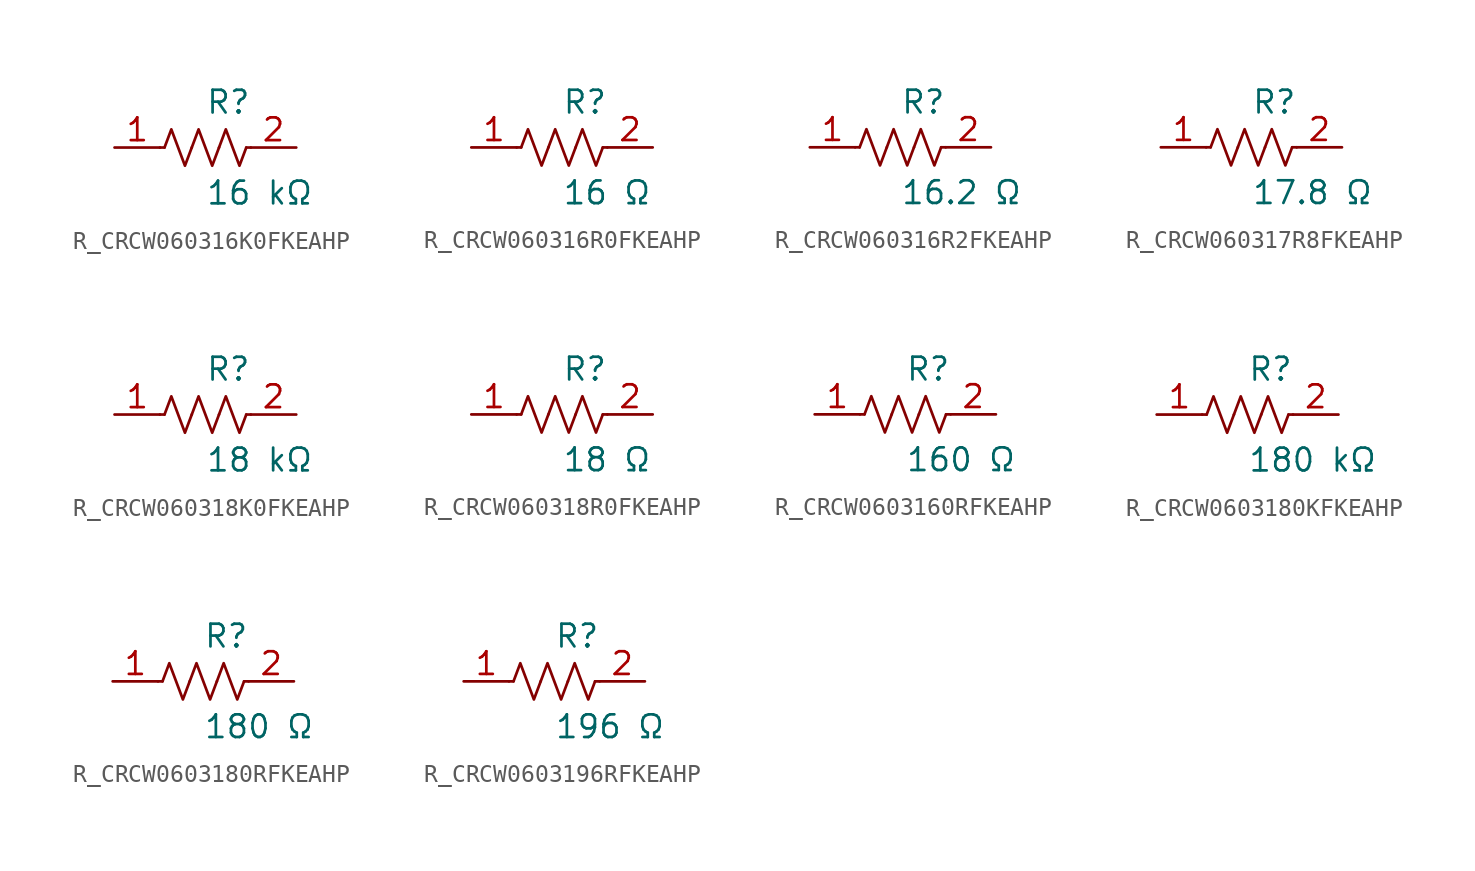
<source format=kicad_sym>
(kicad_symbol_lib
  (version 20231120)
  (generator kicad_symbol_editor)
  (generator_version 8.0)
  (symbol "R_CRCW060316K0FKEAHP"
    (pin_names
      (offset 0.254))
    (property "Reference" "R"
      (at 0.0 2.54 0)
      (effects (font (size 1.27 1.27)) (justify left)))
    (property "Value" "16 kΩ"
      (at 0.0 -2.54 0)
      (effects (font (size 1.27 1.27)) (justify left)))
    (symbol "R_CRCW060316K0FKEAHP_0_1"
      (polyline (pts (xy 2.286 0) (xy 2.54 0)) (stroke (width 0) (type default)) (fill (type none)))
      (polyline (pts (xy -2.286 0) (xy -2.54 0)) (stroke (width 0) (type default)) (fill (type none)))
      (polyline (pts (xy 0.762 0) (xy 1.143 1.016) (xy 1.524 0) (xy 1.905 -1.016) (xy 2.286 0)) (stroke (width 0) (type default)) (fill (type none)))
      (polyline (pts (xy -0.762 0) (xy -0.381 1.016) (xy 0 0) (xy 0.381 -1.016) (xy 0.762 0)) (stroke (width 0) (type default)) (fill (type none)))
      (polyline (pts (xy -2.286 0) (xy -1.905 1.016) (xy -1.524 0) (xy -1.143 -1.016) (xy -0.762 0)) (stroke (width 0) (type default)) (fill (type none))))
    (pin unspecified line
      (at -5.08 0 0)
      (length 2.54)
      (name "" (effects (font (size 1.27 1.27))))
      (number "1" (effects (font (size 1.27 1.27)))))
    (pin unspecified line
      (at 5.08 0 180)
      (length 2.54)
      (name "" (effects (font (size 1.27 1.27))))
      (number "2" (effects (font (size 1.27 1.27))))))
  (symbol "R_CRCW060316R0FKEAHP"
    (pin_names
      (offset 0.254))
    (property "Reference" "R"
      (at 0.0 2.54 0)
      (effects (font (size 1.27 1.27)) (justify left)))
    (property "Value" "16 Ω"
      (at 0.0 -2.54 0)
      (effects (font (size 1.27 1.27)) (justify left)))
    (symbol "R_CRCW060316R0FKEAHP_0_1"
      (polyline (pts (xy 2.286 0) (xy 2.54 0)) (stroke (width 0) (type default)) (fill (type none)))
      (polyline (pts (xy -2.286 0) (xy -2.54 0)) (stroke (width 0) (type default)) (fill (type none)))
      (polyline (pts (xy 0.762 0) (xy 1.143 1.016) (xy 1.524 0) (xy 1.905 -1.016) (xy 2.286 0)) (stroke (width 0) (type default)) (fill (type none)))
      (polyline (pts (xy -0.762 0) (xy -0.381 1.016) (xy 0 0) (xy 0.381 -1.016) (xy 0.762 0)) (stroke (width 0) (type default)) (fill (type none)))
      (polyline (pts (xy -2.286 0) (xy -1.905 1.016) (xy -1.524 0) (xy -1.143 -1.016) (xy -0.762 0)) (stroke (width 0) (type default)) (fill (type none))))
    (pin unspecified line
      (at -5.08 0 0)
      (length 2.54)
      (name "" (effects (font (size 1.27 1.27))))
      (number "1" (effects (font (size 1.27 1.27)))))
    (pin unspecified line
      (at 5.08 0 180)
      (length 2.54)
      (name "" (effects (font (size 1.27 1.27))))
      (number "2" (effects (font (size 1.27 1.27))))))
  (symbol "R_CRCW060316R2FKEAHP"
    (pin_names
      (offset 0.254))
    (property "Reference" "R"
      (at 0.0 2.54 0)
      (effects (font (size 1.27 1.27)) (justify left)))
    (property "Value" "16.2 Ω"
      (at 0.0 -2.54 0)
      (effects (font (size 1.27 1.27)) (justify left)))
    (symbol "R_CRCW060316R2FKEAHP_0_1"
      (polyline (pts (xy 2.286 0) (xy 2.54 0)) (stroke (width 0) (type default)) (fill (type none)))
      (polyline (pts (xy -2.286 0) (xy -2.54 0)) (stroke (width 0) (type default)) (fill (type none)))
      (polyline (pts (xy 0.762 0) (xy 1.143 1.016) (xy 1.524 0) (xy 1.905 -1.016) (xy 2.286 0)) (stroke (width 0) (type default)) (fill (type none)))
      (polyline (pts (xy -0.762 0) (xy -0.381 1.016) (xy 0 0) (xy 0.381 -1.016) (xy 0.762 0)) (stroke (width 0) (type default)) (fill (type none)))
      (polyline (pts (xy -2.286 0) (xy -1.905 1.016) (xy -1.524 0) (xy -1.143 -1.016) (xy -0.762 0)) (stroke (width 0) (type default)) (fill (type none))))
    (pin unspecified line
      (at -5.08 0 0)
      (length 2.54)
      (name "" (effects (font (size 1.27 1.27))))
      (number "1" (effects (font (size 1.27 1.27)))))
    (pin unspecified line
      (at 5.08 0 180)
      (length 2.54)
      (name "" (effects (font (size 1.27 1.27))))
      (number "2" (effects (font (size 1.27 1.27))))))
  (symbol "R_CRCW060317R8FKEAHP"
    (pin_names
      (offset 0.254))
    (property "Reference" "R"
      (at 0.0 2.54 0)
      (effects (font (size 1.27 1.27)) (justify left)))
    (property "Value" "17.8 Ω"
      (at 0.0 -2.54 0)
      (effects (font (size 1.27 1.27)) (justify left)))
    (symbol "R_CRCW060317R8FKEAHP_0_1"
      (polyline (pts (xy 2.286 0) (xy 2.54 0)) (stroke (width 0) (type default)) (fill (type none)))
      (polyline (pts (xy -2.286 0) (xy -2.54 0)) (stroke (width 0) (type default)) (fill (type none)))
      (polyline (pts (xy 0.762 0) (xy 1.143 1.016) (xy 1.524 0) (xy 1.905 -1.016) (xy 2.286 0)) (stroke (width 0) (type default)) (fill (type none)))
      (polyline (pts (xy -0.762 0) (xy -0.381 1.016) (xy 0 0) (xy 0.381 -1.016) (xy 0.762 0)) (stroke (width 0) (type default)) (fill (type none)))
      (polyline (pts (xy -2.286 0) (xy -1.905 1.016) (xy -1.524 0) (xy -1.143 -1.016) (xy -0.762 0)) (stroke (width 0) (type default)) (fill (type none))))
    (pin unspecified line
      (at -5.08 0 0)
      (length 2.54)
      (name "" (effects (font (size 1.27 1.27))))
      (number "1" (effects (font (size 1.27 1.27)))))
    (pin unspecified line
      (at 5.08 0 180)
      (length 2.54)
      (name "" (effects (font (size 1.27 1.27))))
      (number "2" (effects (font (size 1.27 1.27))))))
  (symbol "R_CRCW060318K0FKEAHP"
    (pin_names
      (offset 0.254))
    (property "Reference" "R"
      (at 0.0 2.54 0)
      (effects (font (size 1.27 1.27)) (justify left)))
    (property "Value" "18 kΩ"
      (at 0.0 -2.54 0)
      (effects (font (size 1.27 1.27)) (justify left)))
    (symbol "R_CRCW060318K0FKEAHP_0_1"
      (polyline (pts (xy 2.286 0) (xy 2.54 0)) (stroke (width 0) (type default)) (fill (type none)))
      (polyline (pts (xy -2.286 0) (xy -2.54 0)) (stroke (width 0) (type default)) (fill (type none)))
      (polyline (pts (xy 0.762 0) (xy 1.143 1.016) (xy 1.524 0) (xy 1.905 -1.016) (xy 2.286 0)) (stroke (width 0) (type default)) (fill (type none)))
      (polyline (pts (xy -0.762 0) (xy -0.381 1.016) (xy 0 0) (xy 0.381 -1.016) (xy 0.762 0)) (stroke (width 0) (type default)) (fill (type none)))
      (polyline (pts (xy -2.286 0) (xy -1.905 1.016) (xy -1.524 0) (xy -1.143 -1.016) (xy -0.762 0)) (stroke (width 0) (type default)) (fill (type none))))
    (pin unspecified line
      (at -5.08 0 0)
      (length 2.54)
      (name "" (effects (font (size 1.27 1.27))))
      (number "1" (effects (font (size 1.27 1.27)))))
    (pin unspecified line
      (at 5.08 0 180)
      (length 2.54)
      (name "" (effects (font (size 1.27 1.27))))
      (number "2" (effects (font (size 1.27 1.27))))))
  (symbol "R_CRCW060318R0FKEAHP"
    (pin_names
      (offset 0.254))
    (property "Reference" "R"
      (at 0.0 2.54 0)
      (effects (font (size 1.27 1.27)) (justify left)))
    (property "Value" "18 Ω"
      (at 0.0 -2.54 0)
      (effects (font (size 1.27 1.27)) (justify left)))
    (symbol "R_CRCW060318R0FKEAHP_0_1"
      (polyline (pts (xy 2.286 0) (xy 2.54 0)) (stroke (width 0) (type default)) (fill (type none)))
      (polyline (pts (xy -2.286 0) (xy -2.54 0)) (stroke (width 0) (type default)) (fill (type none)))
      (polyline (pts (xy 0.762 0) (xy 1.143 1.016) (xy 1.524 0) (xy 1.905 -1.016) (xy 2.286 0)) (stroke (width 0) (type default)) (fill (type none)))
      (polyline (pts (xy -0.762 0) (xy -0.381 1.016) (xy 0 0) (xy 0.381 -1.016) (xy 0.762 0)) (stroke (width 0) (type default)) (fill (type none)))
      (polyline (pts (xy -2.286 0) (xy -1.905 1.016) (xy -1.524 0) (xy -1.143 -1.016) (xy -0.762 0)) (stroke (width 0) (type default)) (fill (type none))))
    (pin unspecified line
      (at -5.08 0 0)
      (length 2.54)
      (name "" (effects (font (size 1.27 1.27))))
      (number "1" (effects (font (size 1.27 1.27)))))
    (pin unspecified line
      (at 5.08 0 180)
      (length 2.54)
      (name "" (effects (font (size 1.27 1.27))))
      (number "2" (effects (font (size 1.27 1.27))))))
  (symbol "R_CRCW0603160RFKEAHP"
    (pin_names
      (offset 0.254))
    (property "Reference" "R"
      (at 0.0 2.54 0)
      (effects (font (size 1.27 1.27)) (justify left)))
    (property "Value" "160 Ω"
      (at 0.0 -2.54 0)
      (effects (font (size 1.27 1.27)) (justify left)))
    (symbol "R_CRCW0603160RFKEAHP_0_1"
      (polyline (pts (xy 2.286 0) (xy 2.54 0)) (stroke (width 0) (type default)) (fill (type none)))
      (polyline (pts (xy -2.286 0) (xy -2.54 0)) (stroke (width 0) (type default)) (fill (type none)))
      (polyline (pts (xy 0.762 0) (xy 1.143 1.016) (xy 1.524 0) (xy 1.905 -1.016) (xy 2.286 0)) (stroke (width 0) (type default)) (fill (type none)))
      (polyline (pts (xy -0.762 0) (xy -0.381 1.016) (xy 0 0) (xy 0.381 -1.016) (xy 0.762 0)) (stroke (width 0) (type default)) (fill (type none)))
      (polyline (pts (xy -2.286 0) (xy -1.905 1.016) (xy -1.524 0) (xy -1.143 -1.016) (xy -0.762 0)) (stroke (width 0) (type default)) (fill (type none))))
    (pin unspecified line
      (at -5.08 0 0)
      (length 2.54)
      (name "" (effects (font (size 1.27 1.27))))
      (number "1" (effects (font (size 1.27 1.27)))))
    (pin unspecified line
      (at 5.08 0 180)
      (length 2.54)
      (name "" (effects (font (size 1.27 1.27))))
      (number "2" (effects (font (size 1.27 1.27))))))
  (symbol "R_CRCW0603180KFKEAHP"
    (pin_names
      (offset 0.254))
    (property "Reference" "R"
      (at 0.0 2.54 0)
      (effects (font (size 1.27 1.27)) (justify left)))
    (property "Value" "180 kΩ"
      (at 0.0 -2.54 0)
      (effects (font (size 1.27 1.27)) (justify left)))
    (symbol "R_CRCW0603180KFKEAHP_0_1"
      (polyline (pts (xy 2.286 0) (xy 2.54 0)) (stroke (width 0) (type default)) (fill (type none)))
      (polyline (pts (xy -2.286 0) (xy -2.54 0)) (stroke (width 0) (type default)) (fill (type none)))
      (polyline (pts (xy 0.762 0) (xy 1.143 1.016) (xy 1.524 0) (xy 1.905 -1.016) (xy 2.286 0)) (stroke (width 0) (type default)) (fill (type none)))
      (polyline (pts (xy -0.762 0) (xy -0.381 1.016) (xy 0 0) (xy 0.381 -1.016) (xy 0.762 0)) (stroke (width 0) (type default)) (fill (type none)))
      (polyline (pts (xy -2.286 0) (xy -1.905 1.016) (xy -1.524 0) (xy -1.143 -1.016) (xy -0.762 0)) (stroke (width 0) (type default)) (fill (type none))))
    (pin unspecified line
      (at -5.08 0 0)
      (length 2.54)
      (name "" (effects (font (size 1.27 1.27))))
      (number "1" (effects (font (size 1.27 1.27)))))
    (pin unspecified line
      (at 5.08 0 180)
      (length 2.54)
      (name "" (effects (font (size 1.27 1.27))))
      (number "2" (effects (font (size 1.27 1.27))))))
  (symbol "R_CRCW0603180RFKEAHP"
    (pin_names
      (offset 0.254))
    (property "Reference" "R"
      (at 0.0 2.54 0)
      (effects (font (size 1.27 1.27)) (justify left)))
    (property "Value" "180 Ω"
      (at 0.0 -2.54 0)
      (effects (font (size 1.27 1.27)) (justify left)))
    (symbol "R_CRCW0603180RFKEAHP_0_1"
      (polyline (pts (xy 2.286 0) (xy 2.54 0)) (stroke (width 0) (type default)) (fill (type none)))
      (polyline (pts (xy -2.286 0) (xy -2.54 0)) (stroke (width 0) (type default)) (fill (type none)))
      (polyline (pts (xy 0.762 0) (xy 1.143 1.016) (xy 1.524 0) (xy 1.905 -1.016) (xy 2.286 0)) (stroke (width 0) (type default)) (fill (type none)))
      (polyline (pts (xy -0.762 0) (xy -0.381 1.016) (xy 0 0) (xy 0.381 -1.016) (xy 0.762 0)) (stroke (width 0) (type default)) (fill (type none)))
      (polyline (pts (xy -2.286 0) (xy -1.905 1.016) (xy -1.524 0) (xy -1.143 -1.016) (xy -0.762 0)) (stroke (width 0) (type default)) (fill (type none))))
    (pin unspecified line
      (at -5.08 0 0)
      (length 2.54)
      (name "" (effects (font (size 1.27 1.27))))
      (number "1" (effects (font (size 1.27 1.27)))))
    (pin unspecified line
      (at 5.08 0 180)
      (length 2.54)
      (name "" (effects (font (size 1.27 1.27))))
      (number "2" (effects (font (size 1.27 1.27))))))
  (symbol "R_CRCW0603196RFKEAHP"
    (pin_names
      (offset 0.254))
    (property "Reference" "R"
      (at 0.0 2.54 0)
      (effects (font (size 1.27 1.27)) (justify left)))
    (property "Value" "196 Ω"
      (at 0.0 -2.54 0)
      (effects (font (size 1.27 1.27)) (justify left)))
    (symbol "R_CRCW0603196RFKEAHP_0_1"
      (polyline (pts (xy 2.286 0) (xy 2.54 0)) (stroke (width 0) (type default)) (fill (type none)))
      (polyline (pts (xy -2.286 0) (xy -2.54 0)) (stroke (width 0) (type default)) (fill (type none)))
      (polyline (pts (xy 0.762 0) (xy 1.143 1.016) (xy 1.524 0) (xy 1.905 -1.016) (xy 2.286 0)) (stroke (width 0) (type default)) (fill (type none)))
      (polyline (pts (xy -0.762 0) (xy -0.381 1.016) (xy 0 0) (xy 0.381 -1.016) (xy 0.762 0)) (stroke (width 0) (type default)) (fill (type none)))
      (polyline (pts (xy -2.286 0) (xy -1.905 1.016) (xy -1.524 0) (xy -1.143 -1.016) (xy -0.762 0)) (stroke (width 0) (type default)) (fill (type none))))
    (pin unspecified line
      (at -5.08 0 0)
      (length 2.54)
      (name "" (effects (font (size 1.27 1.27))))
      (number "1" (effects (font (size 1.27 1.27)))))
    (pin unspecified line
      (at 5.08 0 180)
      (length 2.54)
      (name "" (effects (font (size 1.27 1.27))))
      (number "2" (effects (font (size 1.27 1.27)))))))
</source>
